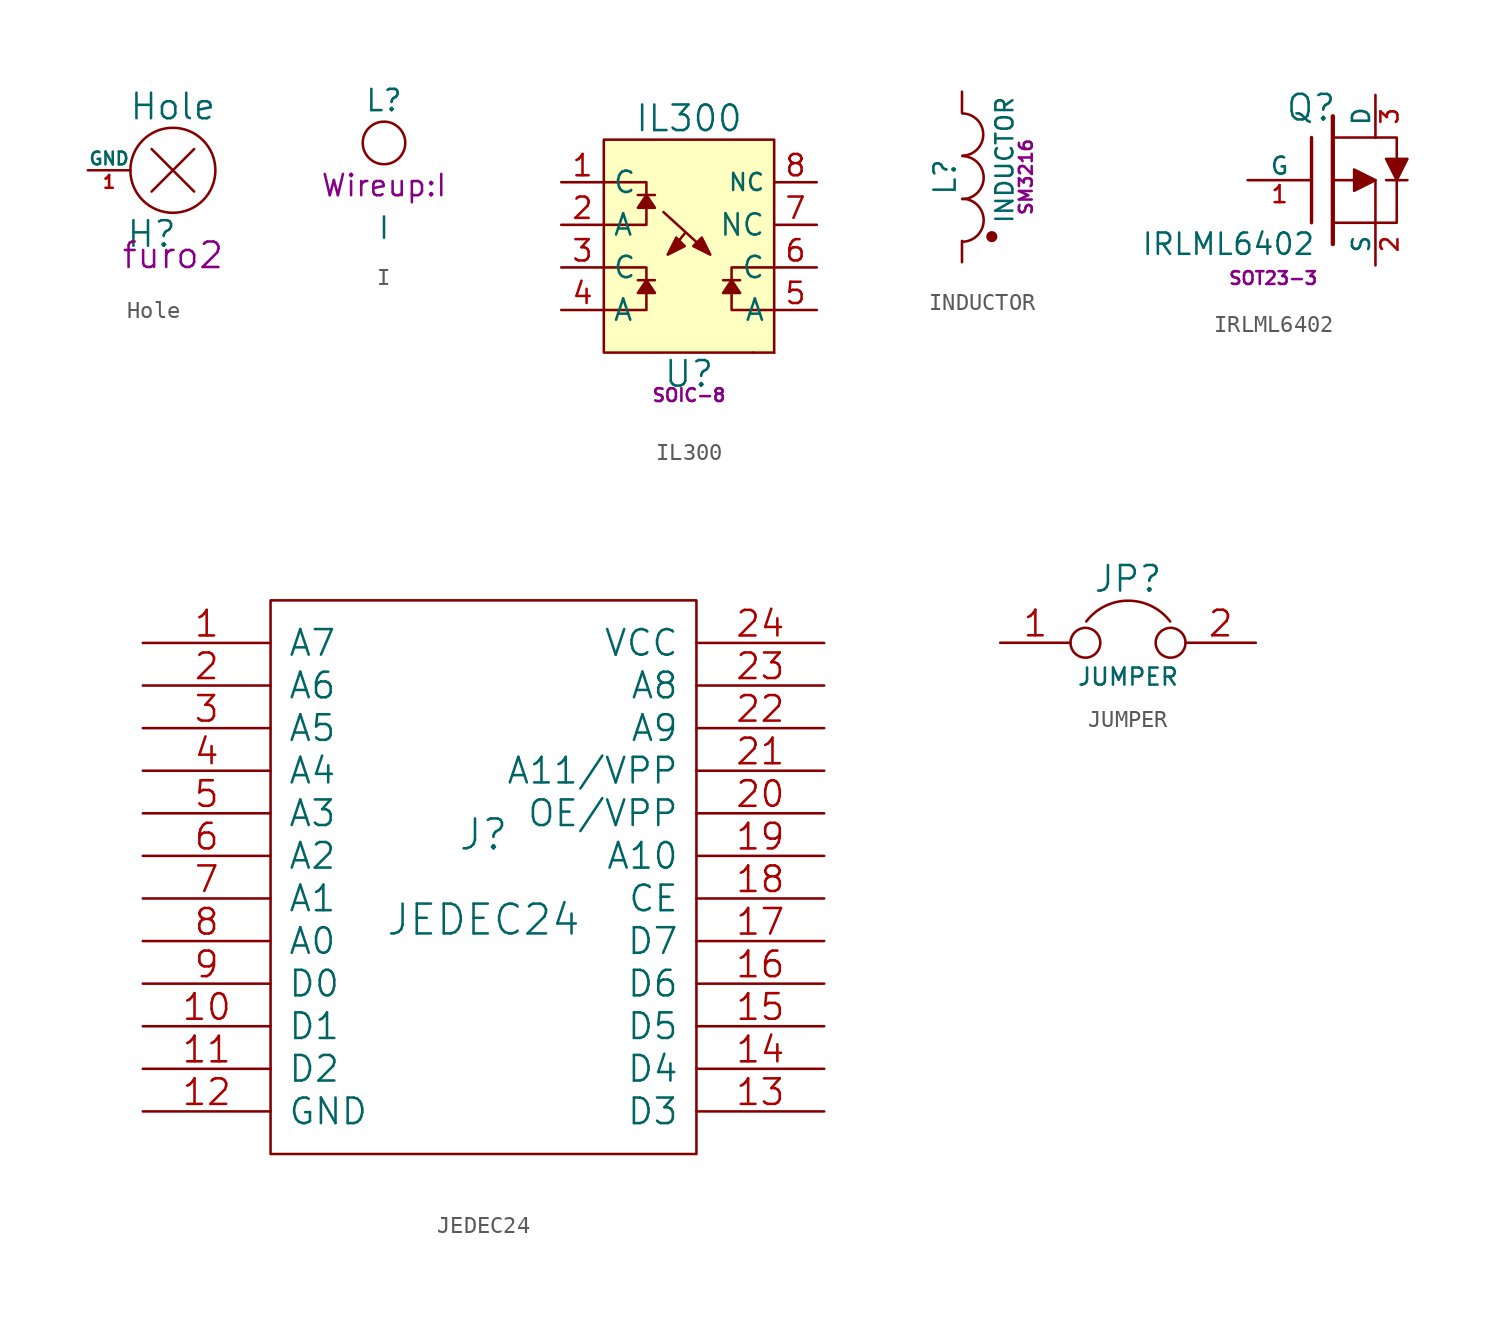
<source format=kicad_sym>
(kicad_symbol_lib
  (version 20220914)
  (generator kicad_symbol_editor)
  (symbol "Hole"
    (pin_names
      (offset 0))
    (property "Reference" "H"
      (at -1.27 -3.81 0)
      (effects (font (size 1.524 1.524))))
    (property "Value" "Hole"
      (at 0 3.81 0)
      (effects (font (size 1.524 1.524))))
    (property "Footprint" "furo2"
      (at 0 -5.08 0)
      (effects (font (size 1.524 1.524))))
    (property "Datasheet" ""
      (at 0 0 0)
      (effects (font (size 1.524 1.524))))
    (symbol "Hole_0_1"
      (polyline (pts (xy -1.27 -1.27) (xy 1.27 1.27) (xy 1.27 1.27)) (stroke (width 0) (type default)) (fill (type none)))
      (polyline (pts (xy -1.27 1.27) (xy 1.27 -1.27) (xy 1.27 -1.27)) (stroke (width 0) (type default)) (fill (type none)))
      (circle (center 0 0) (radius 2.54) (stroke (width 0) (type default)) (fill (type none))))
    (symbol "Hole_1_1"
      (pin input line (at -5.08 0 0) (length 2.54) (name "GND" (effects (font (size 0.762 0.762)))) (number "1" (effects (font (size 0.762 0.762)))))))
  (symbol "I"
    (property "Reference" "L"
      (at 0 2.54 0)
      (effects (font (size 1.27 1.27))))
    (property "Value" "I"
      (at 0 -5.08 0)
      (effects (font (size 1.27 1.27))))
    (property "Footprint" "Wireup:I"
      (at 0 -2.54 0)
      (effects (font (size 1.27 1.27))))
    (symbol "I_0_1"
      (circle (center 0 0) (radius 1.27) (stroke (width 0) (type default)) (fill (type none)))))
  (symbol "IL300"
    (property "Reference" "U"
      (at 0 -7.62 0)
      (effects (font (size 1.524 1.524))))
    (property "Value" "IL300"
      (at 0 7.62 0)
      (effects (font (size 1.524 1.524))))
    (property "Footprint" "SOIC-8"
      (at 0 -8.89 0)
      (effects (font (size 0.762 0.762))))
    (property "Datasheet" ""
      (at 0 0 0)
      (effects (font (size 1.524 1.524))))
    (symbol "IL300_0_1"
      (rectangle (start -5.08 6.35) (end 5.08 -6.35) (stroke (width 0) (type default)) (fill (type background)))
      (polyline (pts (xy -3.048 -2.032) (xy -2.032 -2.032)) (stroke (width 0) (type default)) (fill (type none)))
      (polyline (pts (xy -3.048 3.048) (xy -2.032 3.048)) (stroke (width 0) (type default)) (fill (type none)))
      (polyline (pts (xy 3.048 -2.032) (xy 2.032 -2.032)) (stroke (width 0) (type default)) (fill (type none)))
      (polyline (pts (xy -5.08 -3.81) (xy -2.54 -3.81) (xy -2.54 -1.27) (xy -5.08 -1.27)) (stroke (width 0) (type default)) (fill (type none)))
      (polyline (pts (xy -5.08 1.27) (xy -2.54 1.27) (xy -2.54 3.81) (xy -5.08 3.81)) (stroke (width 0) (type default)) (fill (type none)))
      (polyline (pts (xy -2.54 -2.032) (xy -3.048 -2.794) (xy -2.032 -2.794) (xy -2.54 -2.032)) (stroke (width 0) (type default)) (fill (type outline)))
      (polyline (pts (xy -2.54 3.048) (xy -3.048 2.286) (xy -2.032 2.286) (xy -2.54 3.048)) (stroke (width 0) (type default)) (fill (type outline)))
      (polyline (pts (xy 2.54 -2.032) (xy 3.048 -2.794) (xy 2.032 -2.794) (xy 2.54 -2.032)) (stroke (width 0) (type default)) (fill (type outline)))
      (polyline (pts (xy 5.08 -3.81) (xy 2.54 -3.81) (xy 2.54 -1.27) (xy 5.08 -1.27)) (stroke (width 0) (type default)) (fill (type none)))
      (polyline (pts (xy -1.524 2.032) (xy 1.27 -0.508) (xy 0.762 0.508) (xy 0.254 0) (xy 1.27 -0.508)) (stroke (width 0) (type default)) (fill (type outline)))
      (polyline (pts (xy -0.254 0.762) (xy -1.27 -0.508) (xy -0.762 0.508) (xy -0.254 0) (xy -1.27 -0.508)) (stroke (width 0) (type default)) (fill (type outline)))
      (rectangle (start 3.81 -6.35) (end 3.81 -6.35) (stroke (width 0) (type default)) (fill (type none)))
      (rectangle (start 5.08 -6.35) (end 5.08 -6.35) (stroke (width 0) (type default)) (fill (type none))))
    (symbol "IL300_1_1"
      (pin input line (at -7.62 3.81 0) (length 2.54) (name "C" (effects (font (size 1.27 1.27)))) (number "1" (effects (font (size 1.27 1.27)))))
      (pin passive line (at -7.62 1.27 0) (length 2.54) (name "A" (effects (font (size 1.27 1.27)))) (number "2" (effects (font (size 1.27 1.27)))))
      (pin input line (at -7.62 -1.27 0) (length 2.54) (name "C" (effects (font (size 1.27 1.27)))) (number "3" (effects (font (size 1.27 1.27)))))
      (pin input line (at -7.62 -3.81 0) (length 2.54) (name "A" (effects (font (size 1.27 1.27)))) (number "4" (effects (font (size 1.27 1.27)))))
      (pin input line (at 7.62 -3.81 180) (length 2.54) (name "A" (effects (font (size 1.27 1.27)))) (number "5" (effects (font (size 1.27 1.27)))))
      (pin input line (at 7.62 -1.27 180) (length 2.54) (name "C" (effects (font (size 1.27 1.27)))) (number "6" (effects (font (size 1.27 1.27)))))
      (pin input line (at 7.62 1.27 180) (length 2.54) (name "NC" (effects (font (size 1.27 1.27)))) (number "7" (effects (font (size 1.27 1.27)))))
      (pin input line (at 7.62 3.81 180) (length 2.54) (name "NC" (effects (font (size 1.016 1.016)))) (number "8" (effects (font (size 1.27 1.27)))))))
  (symbol "INDUCTOR"
    (pin_numbers hide)
    (pin_names
      (offset 1.016) hide)
    (property "Reference" "L"
      (at -1.016 0 90)
      (effects (font (size 1.27 1.27))))
    (property "Value" "INDUCTOR"
      (at 2.54 1.016 90)
      (effects (font (size 1.016 1.016))))
    (property "Footprint" "SM3216"
      (at 3.81 0 90)
      (effects (font (size 0.762 0.762))))
    (property "Datasheet" ""
      (at 0 0 0)
      (effects (font (size 1.524 1.524))))
    (symbol "INDUCTOR_0_1"
      (arc (start 0.0254 -3.8608) (mid 1.2956 -2.5657) (end 0.0254 -1.2954) (stroke (width 0) (type default)) (fill (type none)))
      (arc (start 0.0254 -1.3208) (mid 1.2956 -0.0257) (end 0.0254 1.2446) (stroke (width 0) (type default)) (fill (type none)))
      (arc (start 0.0254 1.27) (mid 1.2703 2.5397) (end 0.0254 3.7846) (stroke (width 0) (type default)) (fill (type none)))
      (circle (center 1.778 -3.556) (radius 0.254) (stroke (width 0) (type default)) (fill (type outline))))
    (symbol "INDUCTOR_1_1"
      (pin passive line (at 0 -5.08 90) (length 1.27) (name "1" (effects (font (size 1.778 1.778)))) (number "1" (effects (font (size 1.778 1.778)))))
      (pin passive line (at 0 5.08 270) (length 1.27) (name "2" (effects (font (size 1.778 1.778)))) (number "2" (effects (font (size 1.778 1.778)))))))
  (symbol "IRLML6402"
    (pin_names
      (offset 0))
    (property "Reference" "Q"
      (at 0.254 4.318 0)
      (effects (font (size 1.524 1.524)) (justify right)))
    (property "Value" "IRLML6402"
      (at -1.016 -3.81 0)
      (effects (font (size 1.27 1.27)) (justify right)))
    (property "Footprint" "SOT23-3"
      (at -3.556 -5.842 0)
      (effects (font (size 0.762 0.762))))
    (property "Datasheet" ""
      (at 0 0 0)
      (effects (font (size 1.524 1.524))))
    (symbol "IRLML6402_0_1"
      (polyline (pts (xy -1.27 -2.54) (xy -1.27 2.54)) (stroke (width 0.203) (type default)) (fill (type none)))
      (polyline (pts (xy 0 -3.81) (xy 0 3.81)) (stroke (width 0.254) (type default)) (fill (type none)))
      (polyline (pts (xy 2.54 -2.54) (xy 0 -2.54)) (stroke (width 0) (type default)) (fill (type none)))
      (polyline (pts (xy 2.54 2.54) (xy 0 2.54)) (stroke (width 0) (type default)) (fill (type none)))
      (polyline (pts (xy 3.175 0) (xy 4.445 0)) (stroke (width 0) (type default)) (fill (type none)))
      (polyline (pts (xy 0 0) (xy 2.54 0) (xy 2.54 -2.54)) (stroke (width 0) (type default)) (fill (type none)))
      (polyline (pts (xy 2.54 0) (xy 1.27 0.635) (xy 1.27 -0.635) (xy 2.54 0)) (stroke (width 0) (type default)) (fill (type outline)))
      (polyline (pts (xy 3.81 0) (xy 3.175 1.27) (xy 4.445 1.27) (xy 3.81 0)) (stroke (width 0) (type default)) (fill (type outline)))
      (polyline (pts (xy 2.54 2.54) (xy 3.81 2.54) (xy 3.81 0) (xy 3.81 -2.54) (xy 2.54 -2.54)) (stroke (width 0) (type default)) (fill (type none))))
    (symbol "IRLML6402_1_1"
      (pin input line (at -5.08 0 0) (length 3.81) (name "G" (effects (font (size 1.016 1.016)))) (number "1" (effects (font (size 1.016 1.016)))))
      (pin passive line (at 2.54 -5.08 90) (length 2.54) (name "S" (effects (font (size 1.016 1.016)))) (number "2" (effects (font (size 1.016 1.016)))))
      (pin passive line (at 2.54 5.08 270) (length 2.54) (name "D" (effects (font (size 1.016 1.016)))) (number "3" (effects (font (size 1.016 1.016)))))))
  (symbol "JEDEC24"
    (pin_names
      (offset 1.016))
    (property "Reference" "J"
      (at 0 2.54 0)
      (effects (font (size 1.778 1.778))))
    (property "Value" "JEDEC24"
      (at 0 -2.54 0)
      (effects (font (size 1.778 1.778))))
    (property "Footprint" ""
      (at 0 0 0)
      (effects (font (size 1.524 1.524))))
    (property "Datasheet" ""
      (at 0 0 0)
      (effects (font (size 1.524 1.524))))
    (symbol "JEDEC24_0_1"
      (rectangle (start -12.7 -16.51) (end 12.7 16.51) (stroke (width 0) (type default)) (fill (type none))))
    (symbol "JEDEC24_1_1"
      (pin passive line (at -20.32 13.97 0) (length 7.62) (name "A7" (effects (font (size 1.524 1.524)))) (number "1" (effects (font (size 1.524 1.524)))))
      (pin passive line (at -20.32 -8.89 0) (length 7.62) (name "D1" (effects (font (size 1.524 1.524)))) (number "10" (effects (font (size 1.524 1.524)))))
      (pin passive line (at -20.32 -11.43 0) (length 7.62) (name "D2" (effects (font (size 1.524 1.524)))) (number "11" (effects (font (size 1.524 1.524)))))
      (pin passive line (at -20.32 -13.97 0) (length 7.62) (name "GND" (effects (font (size 1.524 1.524)))) (number "12" (effects (font (size 1.524 1.524)))))
      (pin passive line (at 20.32 -13.97 180) (length 7.62) (name "D3" (effects (font (size 1.524 1.524)))) (number "13" (effects (font (size 1.524 1.524)))))
      (pin passive line (at 20.32 -11.43 180) (length 7.62) (name "D4" (effects (font (size 1.524 1.524)))) (number "14" (effects (font (size 1.524 1.524)))))
      (pin passive line (at 20.32 -8.89 180) (length 7.62) (name "D5" (effects (font (size 1.524 1.524)))) (number "15" (effects (font (size 1.524 1.524)))))
      (pin passive line (at 20.32 -6.35 180) (length 7.62) (name "D6" (effects (font (size 1.524 1.524)))) (number "16" (effects (font (size 1.524 1.524)))))
      (pin passive line (at 20.32 -3.81 180) (length 7.62) (name "D7" (effects (font (size 1.524 1.524)))) (number "17" (effects (font (size 1.524 1.524)))))
      (pin passive line (at 20.32 -1.27 180) (length 7.62) (name "CE" (effects (font (size 1.524 1.524)))) (number "18" (effects (font (size 1.524 1.524)))))
      (pin passive line (at 20.32 1.27 180) (length 7.62) (name "A10" (effects (font (size 1.524 1.524)))) (number "19" (effects (font (size 1.524 1.524)))))
      (pin passive line (at -20.32 11.43 0) (length 7.62) (name "A6" (effects (font (size 1.524 1.524)))) (number "2" (effects (font (size 1.524 1.524)))))
      (pin passive line (at 20.32 3.81 180) (length 7.62) (name "OE/VPP" (effects (font (size 1.524 1.524)))) (number "20" (effects (font (size 1.524 1.524)))))
      (pin passive line (at 20.32 6.35 180) (length 7.62) (name "A11/VPP" (effects (font (size 1.524 1.524)))) (number "21" (effects (font (size 1.524 1.524)))))
      (pin passive line (at 20.32 8.89 180) (length 7.62) (name "A9" (effects (font (size 1.524 1.524)))) (number "22" (effects (font (size 1.524 1.524)))))
      (pin passive line (at 20.32 11.43 180) (length 7.62) (name "A8" (effects (font (size 1.524 1.524)))) (number "23" (effects (font (size 1.524 1.524)))))
      (pin passive line (at 20.32 13.97 180) (length 7.62) (name "VCC" (effects (font (size 1.524 1.524)))) (number "24" (effects (font (size 1.524 1.524)))))
      (pin passive line (at -20.32 8.89 0) (length 7.62) (name "A5" (effects (font (size 1.524 1.524)))) (number "3" (effects (font (size 1.524 1.524)))))
      (pin passive line (at -20.32 6.35 0) (length 7.62) (name "A4" (effects (font (size 1.524 1.524)))) (number "4" (effects (font (size 1.524 1.524)))))
      (pin passive line (at -20.32 3.81 0) (length 7.62) (name "A3" (effects (font (size 1.524 1.524)))) (number "5" (effects (font (size 1.524 1.524)))))
      (pin passive line (at -20.32 1.27 0) (length 7.62) (name "A2" (effects (font (size 1.524 1.524)))) (number "6" (effects (font (size 1.524 1.524)))))
      (pin passive line (at -20.32 -1.27 0) (length 7.62) (name "A1" (effects (font (size 1.524 1.524)))) (number "7" (effects (font (size 1.524 1.524)))))
      (pin passive line (at -20.32 -3.81 0) (length 7.62) (name "A0" (effects (font (size 1.524 1.524)))) (number "8" (effects (font (size 1.524 1.524)))))
      (pin passive line (at -20.32 -6.35 0) (length 7.62) (name "D0" (effects (font (size 1.524 1.524)))) (number "9" (effects (font (size 1.524 1.524)))))))
  (symbol "JUMPER"
    (pin_names
      (offset 0.762) hide)
    (property "Reference" "JP"
      (at 0 3.81 0)
      (effects (font (size 1.524 1.524))))
    (property "Value" "JUMPER"
      (at 0 -2.032 0)
      (effects (font (size 1.016 1.016))))
    (property "Footprint" ""
      (at 0 0 0)
      (effects (font (size 1.524 1.524))))
    (property "Datasheet" ""
      (at 0 0 0)
      (effects (font (size 1.524 1.524))))
    (symbol "JUMPER_0_1"
      (circle (center -2.54 0) (radius 0.889) (stroke (width 0) (type default)) (fill (type none)))
      (arc (start 2.5146 1.27) (mid 0.0078 2.5097) (end -2.4892 1.27) (stroke (width 0) (type default)) (fill (type none)))
      (circle (center 2.54 0) (radius 0.889) (stroke (width 0) (type default)) (fill (type none)))
      (pin passive line (at -7.62 0 0) (length 4.191) (name "1" (effects (font (size 1.524 1.524)))) (number "1" (effects (font (size 1.524 1.524)))))
      (pin passive line (at 7.62 0 180) (length 4.191) (name "2" (effects (font (size 1.524 1.524)))) (number "2" (effects (font (size 1.524 1.524))))))))
</source>
